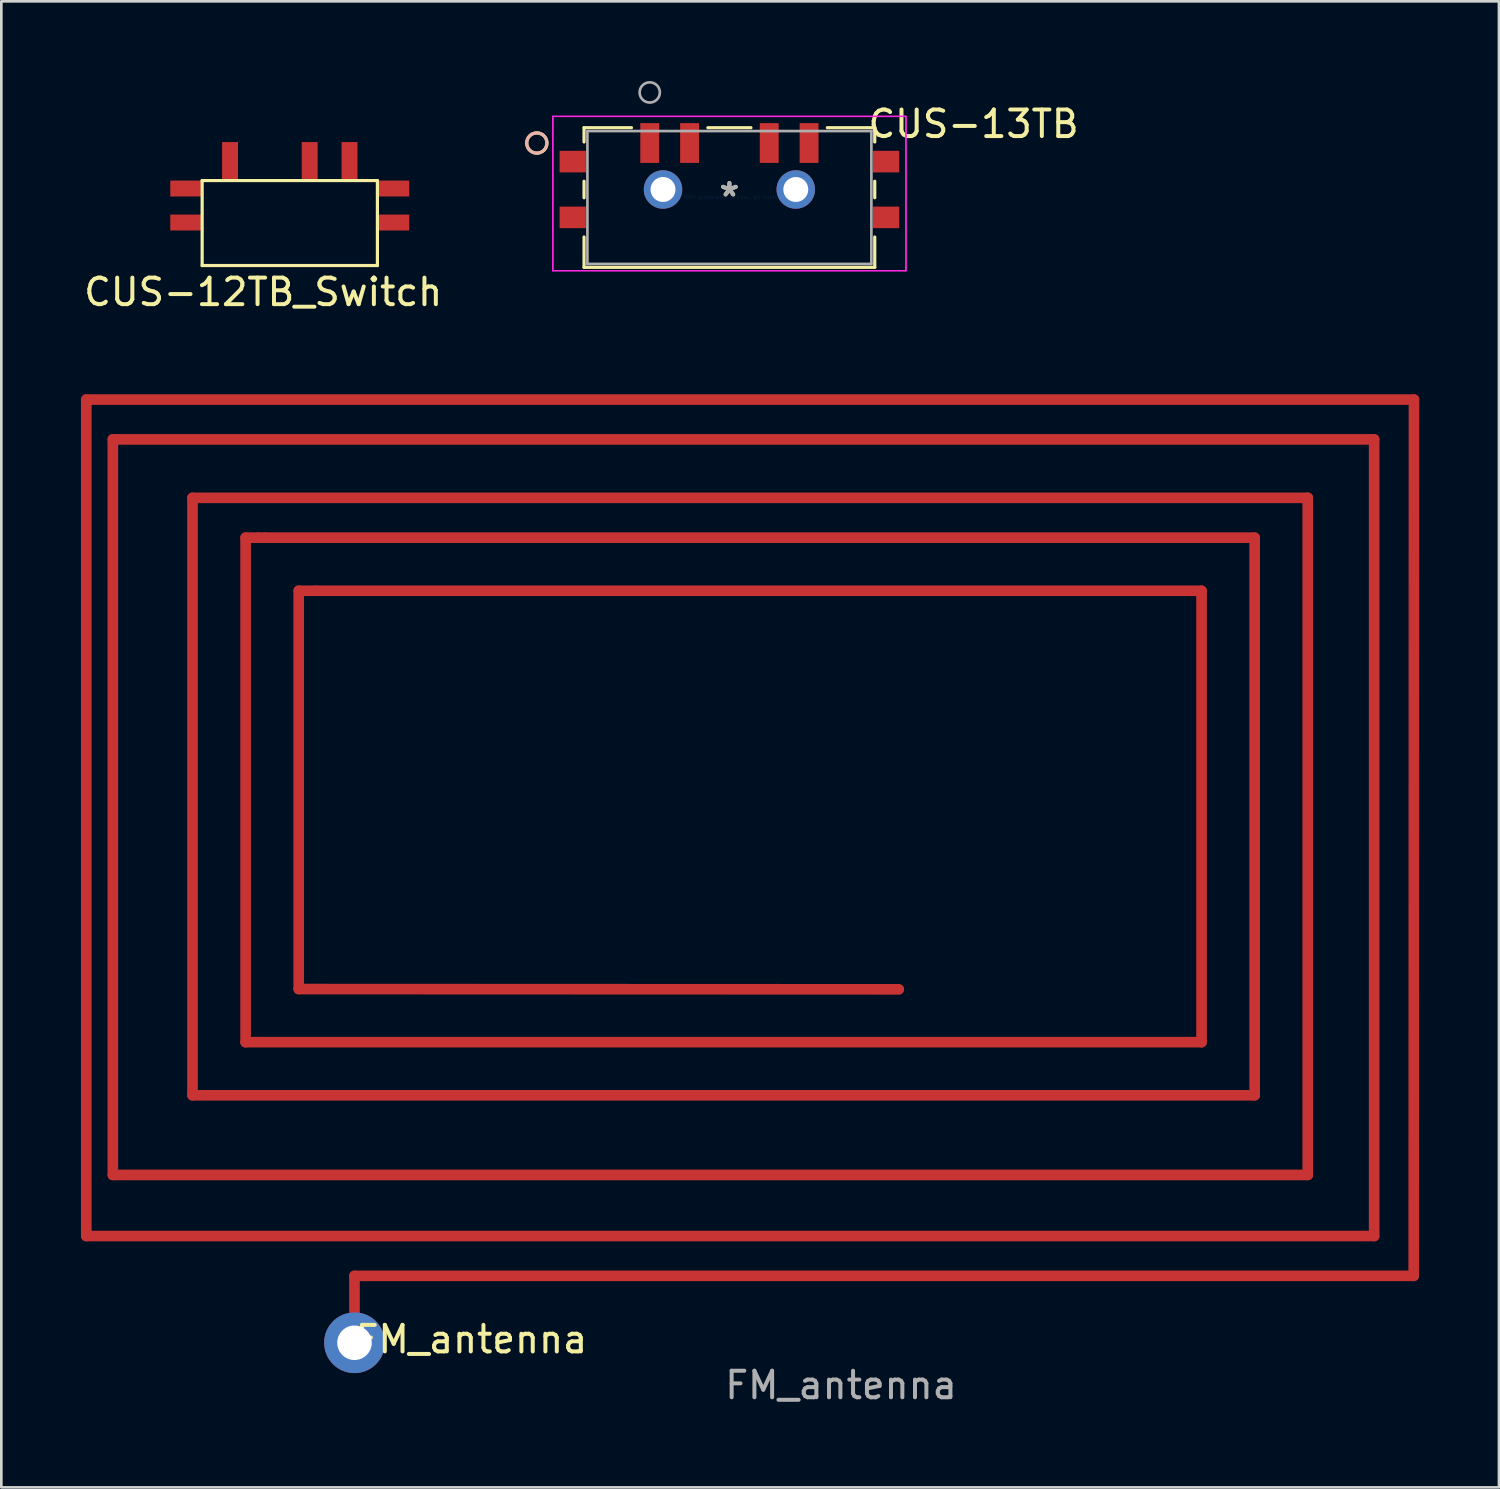
<source format=kicad_pcb>
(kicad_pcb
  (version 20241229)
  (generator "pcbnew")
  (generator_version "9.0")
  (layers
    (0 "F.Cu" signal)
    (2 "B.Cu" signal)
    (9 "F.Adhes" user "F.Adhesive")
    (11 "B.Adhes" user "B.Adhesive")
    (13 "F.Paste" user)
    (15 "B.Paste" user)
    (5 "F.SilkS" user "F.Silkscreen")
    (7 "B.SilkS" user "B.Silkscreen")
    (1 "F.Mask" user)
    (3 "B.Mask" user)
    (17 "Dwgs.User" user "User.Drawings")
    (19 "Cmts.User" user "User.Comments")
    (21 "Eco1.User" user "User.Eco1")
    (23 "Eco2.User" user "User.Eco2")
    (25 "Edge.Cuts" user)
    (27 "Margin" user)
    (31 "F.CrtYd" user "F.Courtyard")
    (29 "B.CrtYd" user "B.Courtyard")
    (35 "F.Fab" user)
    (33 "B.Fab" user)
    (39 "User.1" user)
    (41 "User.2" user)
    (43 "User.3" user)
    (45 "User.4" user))
  (footprint "CUS-13TB"
    (layer "F.Cu")
    (at 24.419 4.388)
    (property "Reference" "CUS-13TB" (at 9.195 -2.769 0) (layer "F.SilkS") (effects (font (size 1 1) (thickness 0.15))))
    (attr through_hole)
    (fp_line (start -5.474 -2.629) (end -5.474 -2.091) (stroke (width 0.12) (type solid)) (layer "F.SilkS"))
    (fp_line (start -5.474 -0.613) (end -5.474 0.009) (stroke (width 0.12) (type solid)) (layer "F.SilkS"))
    (fp_line (start -5.474 1.487) (end -5.474 2.629) (stroke (width 0.12) (type solid)) (layer "F.SilkS"))
    (fp_line (start -5.474 2.629) (end 5.474 2.629) (stroke (width 0.12) (type solid)) (layer "F.SilkS"))
    (fp_line (start -3.688 -2.629) (end -5.474 -2.629) (stroke (width 0.12) (type solid)) (layer "F.SilkS"))
    (fp_line (start 0.812 -2.629) (end -0.812 -2.629) (stroke (width 0.12) (type solid)) (layer "F.SilkS"))
    (fp_line (start 5.474 -2.629) (end 3.688 -2.629) (stroke (width 0.12) (type solid)) (layer "F.SilkS"))
    (fp_line (start 5.474 -2.091) (end 5.474 -2.629) (stroke (width 0.12) (type solid)) (layer "F.SilkS"))
    (fp_line (start 5.474 0.009) (end 5.474 -0.613) (stroke (width 0.12) (type solid)) (layer "F.SilkS"))
    (fp_line (start 5.474 2.629) (end 5.474 1.487) (stroke (width 0.12) (type solid)) (layer "F.SilkS"))
    (fp_circle (center -7.252 -2.052) (end -6.871 -2.052) (stroke (width 0.12) (type solid)) (fill no) (layer "F.SilkS"))
    (fp_circle (center -7.252 -2.052) (end -6.871 -2.052) (stroke (width 0.12) (type solid)) (fill no) (layer "B.SilkS"))
    (fp_line (start -6.649 -3.055) (end -6.649 2.756) (stroke (width 0.05) (type solid)) (layer "F.CrtYd"))
    (fp_line (start -6.649 -3.055) (end -6.649 2.756) (stroke (width 0.05) (type solid)) (layer "F.CrtYd"))
    (fp_line (start -6.649 2.756) (end 6.649 2.756) (stroke (width 0.05) (type solid)) (layer "F.CrtYd"))
    (fp_line (start -6.649 2.756) (end 6.649 2.756) (stroke (width 0.05) (type solid)) (layer "F.CrtYd"))
    (fp_line (start 6.649 -3.055) (end -6.649 -3.055) (stroke (width 0.05) (type solid)) (layer "F.CrtYd"))
    (fp_line (start 6.649 -3.055) (end -6.649 -3.055) (stroke (width 0.05) (type solid)) (layer "F.CrtYd"))
    (fp_line (start 6.649 2.756) (end 6.649 -3.055) (stroke (width 0.05) (type solid)) (layer "F.CrtYd"))
    (fp_line (start 6.649 2.756) (end 6.649 -3.055) (stroke (width 0.05) (type solid)) (layer "F.CrtYd"))
    (fp_line (start -5.347 -2.502) (end -5.347 2.502) (stroke (width 0.1) (type solid)) (layer "F.Fab"))
    (fp_line (start -5.347 2.502) (end 5.347 2.502) (stroke (width 0.1) (type solid)) (layer "F.Fab"))
    (fp_line (start 5.347 -2.502) (end -5.347 -2.502) (stroke (width 0.1) (type solid)) (layer "F.Fab"))
    (fp_line (start 5.347 2.502) (end 5.347 -2.502) (stroke (width 0.1) (type solid)) (layer "F.Fab"))
    (fp_circle (center -3 -3.957) (end -2.619 -3.957) (stroke (width 0.1) (type solid)) (fill no) (layer "F.Fab"))
    (fp_text user "*" (at 0 0 0) (layer "F.SilkS") (effects (font (size 1 1) (thickness 0.15))))
    (fp_text user "Copyright 2021 Accelerated Designs. All rights reserved." (at 0 0 0) (layer "Cmts.User") (effects (font (size 0.127 0.127) (thickness 0.002))))
    (fp_text user "*" (at 0 0 0) (layer "F.Fab") (effects (font (size 1 1) (thickness 0.15))))
    (pad "1" smd rect (at -3 -2.052) (size 0.711 1.499) (layers "F.Cu" "F.Mask" "F.Paste"))
    (pad "2" smd rect (at -1.5 -2.052) (size 0.711 1.499) (layers "F.Cu" "F.Mask" "F.Paste"))
    (pad "3" smd rect (at 1.5 -2.052) (size 0.711 1.499) (layers "F.Cu" "F.Mask" "F.Paste"))
    (pad "4" smd rect (at 3 -2.052) (size 0.711 1.499) (layers "F.Cu" "F.Mask" "F.Paste"))
    (pad "5" smd rect (at -5.9 -1.352) (size 0.991 0.813) (layers "F.Cu" "F.Mask" "F.Paste"))
    (pad "6" smd rect (at 5.9 -1.352) (size 0.991 0.813) (layers "F.Cu" "F.Mask" "F.Paste"))
    (pad "7" smd rect (at -5.9 0.748) (size 0.991 0.813) (layers "F.Cu" "F.Mask" "F.Paste"))
    (pad "8" smd rect (at 5.9 0.748) (size 0.991 0.813) (layers "F.Cu" "F.Mask" "F.Paste"))
    (pad "9" thru_hole circle (at -2.5 -0.302) (size 1.448 1.448) (drill 0.94) (layers "*.Cu" "*.Mask"))
    (pad "10" thru_hole circle (at 2.5 -0.302) (size 1.448 1.448) (drill 0.94) (layers "*.Cu" "*.Mask")))
  (footprint "FM_antenna"
    (layer "F.Cu")
    (at 10.31 46.398)
    (property "Reference" "FM_antenna" (at 4.394 0.991 0) (unlocked yes) (layer "F.SilkS") (effects (font (size 1 1) (thickness 0.15))))
    (attr smd)
    (fp_line (start -10.11 -34.4) (end -10.11 -2.9) (stroke (width 0.4) (type solid)) (layer "F.Cu"))
    (fp_line (start -10.11 -2.9) (end 38.39 -2.9) (stroke (width 0.4) (type solid)) (layer "F.Cu"))
    (fp_line (start -9.11 -32.9) (end -9.11 -5.2) (stroke (width 0.4) (type solid)) (layer "F.Cu"))
    (fp_line (start -9.11 -5.2) (end 35.89 -5.2) (stroke (width 0.4) (type solid)) (layer "F.Cu"))
    (fp_line (start -6.11 -30.7) (end -6.11 -8.2) (stroke (width 0.4) (type solid)) (layer "F.Cu"))
    (fp_line (start -6.11 -8.2) (end 33.89 -8.2) (stroke (width 0.4) (type solid)) (layer "F.Cu"))
    (fp_line (start -4.11 -29.2) (end -4.11 -10.2) (stroke (width 0.4) (type solid)) (layer "F.Cu"))
    (fp_line (start -4.11 -10.2) (end 31.89 -10.2) (stroke (width 0.4) (type solid)) (layer "F.Cu"))
    (fp_line (start -3.65 -29.2) (end -4.11 -29.2) (stroke (width 0.4) (type solid)) (layer "F.Cu"))
    (fp_line (start -3.38 -29.2) (end -3.65 -29.2) (stroke (width 0.4) (type solid)) (layer "F.Cu"))
    (fp_line (start -2.11 -27.2) (end -2.11 -12.2) (stroke (width 0.4) (type solid)) (layer "F.Cu"))
    (fp_line (start -2.11 -12.2) (end 20.49 -12.19) (stroke (width 0.4) (type solid)) (layer "F.Cu"))
    (fp_line (start -1.44 -27.2) (end -2.11 -27.2) (stroke (width 0.4) (type solid)) (layer "F.Cu"))
    (fp_line (start -0.01 -1.4) (end 39.88 -1.4) (stroke (width 0.4) (type solid)) (layer "F.Cu"))
    (fp_line (start -0.01 0) (end -0.01 -1.4) (stroke (width 0.4) (type solid)) (layer "F.Cu"))
    (fp_line (start 31.89 -27.2) (end -1.44 -27.2) (stroke (width 0.4) (type solid)) (layer "F.Cu"))
    (fp_line (start 31.89 -10.2) (end 31.89 -27.2) (stroke (width 0.4) (type solid)) (layer "F.Cu"))
    (fp_line (start 33.89 -29.2) (end -3.38 -29.2) (stroke (width 0.4) (type solid)) (layer "F.Cu"))
    (fp_line (start 33.89 -8.2) (end 33.89 -29.2) (stroke (width 0.4) (type solid)) (layer "F.Cu"))
    (fp_line (start 35.89 -30.7) (end -6.11 -30.7) (stroke (width 0.4) (type solid)) (layer "F.Cu"))
    (fp_line (start 35.89 -5.2) (end 35.89 -30.7) (stroke (width 0.4) (type solid)) (layer "F.Cu"))
    (fp_line (start 38.39 -32.9) (end -9.11 -32.9) (stroke (width 0.4) (type solid)) (layer "F.Cu"))
    (fp_line (start 38.39 -2.9) (end 38.39 -32.9) (stroke (width 0.4) (type solid)) (layer "F.Cu"))
    (fp_line (start 39.88 -1.4) (end 39.89 -34.4) (stroke (width 0.4) (type solid)) (layer "F.Cu"))
    (fp_line (start 39.89 -34.4) (end -10.11 -34.4) (stroke (width 0.4) (type solid)) (layer "F.Cu"))
    (fp_line (start -10.11 -34.4) (end -10.11 -2.9) (stroke (width 0.4) (type solid)) (layer "F.Mask"))
    (fp_line (start -10.11 -2.9) (end 38.39 -2.9) (stroke (width 0.4) (type solid)) (layer "F.Mask"))
    (fp_line (start -9.11 -32.9) (end -9.11 -5.2) (stroke (width 0.4) (type solid)) (layer "F.Mask"))
    (fp_line (start -9.11 -5.2) (end 35.89 -5.2) (stroke (width 0.4) (type solid)) (layer "F.Mask"))
    (fp_line (start -6.11 -30.7) (end -6.11 -8.2) (stroke (width 0.4) (type solid)) (layer "F.Mask"))
    (fp_line (start -6.11 -8.2) (end 33.89 -8.2) (stroke (width 0.4) (type solid)) (layer "F.Mask"))
    (fp_line (start -4.11 -29.2) (end -4.11 -10.2) (stroke (width 0.4) (type solid)) (layer "F.Mask"))
    (fp_line (start -4.11 -10.2) (end 31.89 -10.2) (stroke (width 0.4) (type solid)) (layer "F.Mask"))
    (fp_line (start -3.65 -29.2) (end -4.11 -29.2) (stroke (width 0.4) (type solid)) (layer "F.Mask"))
    (fp_line (start -3.38 -29.2) (end -3.65 -29.2) (stroke (width 0.4) (type solid)) (layer "F.Mask"))
    (fp_line (start -2.11 -27.2) (end -2.11 -12.2) (stroke (width 0.4) (type solid)) (layer "F.Mask"))
    (fp_line (start -2.11 -12.2) (end 20.49 -12.19) (stroke (width 0.4) (type solid)) (layer "F.Mask"))
    (fp_line (start -1.44 -27.2) (end -2.11 -27.2) (stroke (width 0.4) (type solid)) (layer "F.Mask"))
    (fp_line (start -0.01 -1.4) (end 39.88 -1.4) (stroke (width 0.4) (type solid)) (layer "F.Mask"))
    (fp_line (start -0.01 0) (end -0.01 -1.4) (stroke (width 0.4) (type solid)) (layer "F.Mask"))
    (fp_line (start 31.89 -27.2) (end -1.44 -27.2) (stroke (width 0.4) (type solid)) (layer "F.Mask"))
    (fp_line (start 31.89 -10.2) (end 31.89 -27.2) (stroke (width 0.4) (type solid)) (layer "F.Mask"))
    (fp_line (start 33.89 -29.2) (end -3.38 -29.2) (stroke (width 0.4) (type solid)) (layer "F.Mask"))
    (fp_line (start 33.89 -8.2) (end 33.89 -29.2) (stroke (width 0.4) (type solid)) (layer "F.Mask"))
    (fp_line (start 35.89 -30.7) (end -6.11 -30.7) (stroke (width 0.4) (type solid)) (layer "F.Mask"))
    (fp_line (start 35.89 -5.2) (end 35.89 -30.7) (stroke (width 0.4) (type solid)) (layer "F.Mask"))
    (fp_line (start 38.39 -32.9) (end -9.11 -32.9) (stroke (width 0.4) (type solid)) (layer "F.Mask"))
    (fp_line (start 38.39 -2.9) (end 38.39 -32.9) (stroke (width 0.4) (type solid)) (layer "F.Mask"))
    (fp_line (start 39.88 -1.4) (end 39.89 -34.4) (stroke (width 0.4) (type solid)) (layer "F.Mask"))
    (fp_line (start 39.89 -34.4) (end -10.11 -34.4) (stroke (width 0.4) (type solid)) (layer "F.Mask"))
    (fp_text user "${REFERENCE}" (at 18.313 2.718 0) (unlocked yes) (layer "F.Fab") (effects (font (size 1 1) (thickness 0.15))))
    (pad "1" thru_hole circle (at -0.01 1.12) (size 2.286 2.286) (drill 1.3) (layers "*.Cu" "*.Mask")))
  (footprint "CUS-12TB_Switch"
    (layer "F.Cu")
    (at 7.863 0.25)
    (property "Reference" "CUS-12TB_Switch" (at -1 7.7 0) (layer "F.SilkS") (effects (font (size 1 1) (thickness 0.15))))
    (attr through_hole)
    (fp_line (start -3.3 3.5) (end 3.3 3.5) (stroke (width 0.12) (type solid)) (layer "F.SilkS"))
    (fp_line (start -3.3 6.7) (end -3.3 3.5) (stroke (width 0.12) (type solid)) (layer "F.SilkS"))
    (fp_line (start 3.3 3.5) (end 3.3 6.7) (stroke (width 0.12) (type solid)) (layer "F.SilkS"))
    (fp_line (start 3.3 6.7) (end -3.3 6.7) (stroke (width 0.12) (type solid)) (layer "F.SilkS"))
    (pad "1" smd rect (at 0.75 2.8) (size 0.6 1.5) (layers "F.Cu" "F.Mask" "F.Paste"))
    (pad "2" smd rect (at -2.25 2.8) (size 0.6 1.5) (layers "F.Cu" "F.Mask" "F.Paste"))
    (pad "3" smd rect (at 2.25 2.8) (size 0.6 1.5) (layers "F.Cu" "F.Mask" "F.Paste"))
    (pad "4" smd rect (at -3.9 3.8 90) (size 0.6 1.2) (layers "F.Cu" "F.Mask" "F.Paste"))
    (pad "4" smd rect (at -3.9 5.08 90) (size 0.6 1.2) (layers "F.Cu" "F.Mask" "F.Paste"))
    (pad "4" smd rect (at 3.9 3.8 90) (size 0.6 1.2) (layers "F.Cu" "F.Mask" "F.Paste"))
    (pad "4" smd rect (at 3.9 5.08 90) (size 0.6 1.2) (layers "F.Cu" "F.Mask" "F.Paste")))
  (gr_rect
    (start -3 -3)
    (end 53.4 52.964)
    (stroke (width 0.1) (type default))
    (fill no)
    (layer "Edge.Cuts")))
</source>
